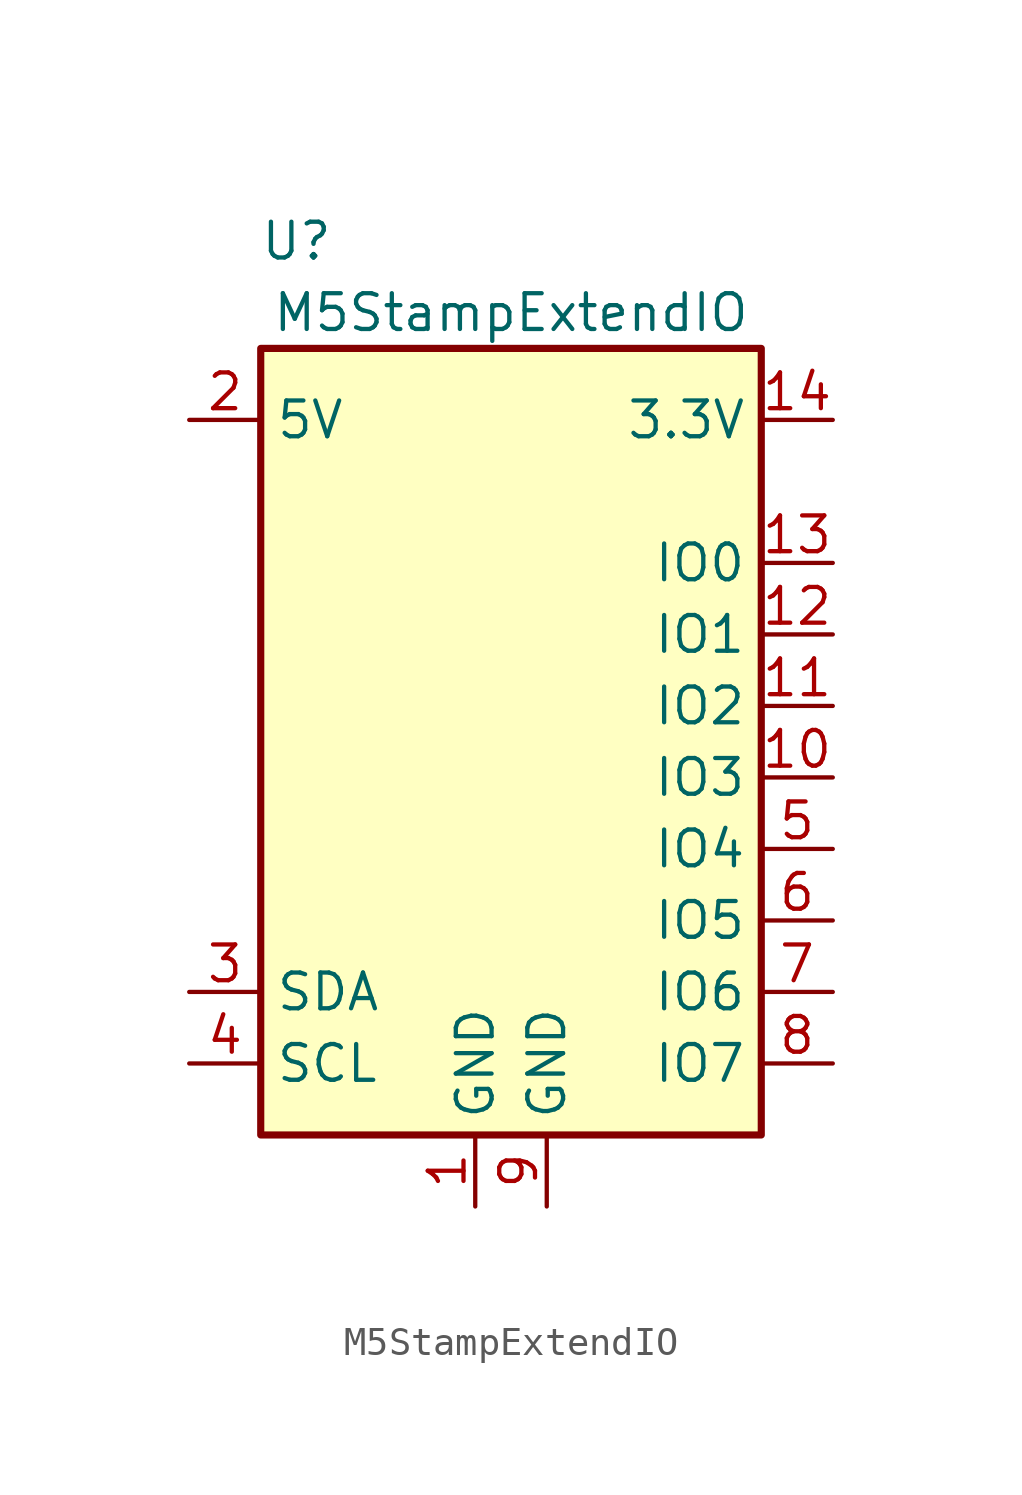
<source format=kicad_sym>
(kicad_symbol_lib
  (version 20211014)
  (generator kicad_symbol_editor)
  (symbol "M5StampExtendIO"
    (property "Reference" "U"
      (at -7.62 17.78 0)
      (effects (font (size 1.27 1.27))))
    (property "Value" "M5StampExtendIO"
      (at 0 15.24 0)
      (effects (font (size 1.27 1.27))))
    (symbol "M5StampExtendIO_0_1"
      (rectangle (start -8.89 13.97) (end 8.89 -13.97) (stroke (width 0.254) (type default) (color 0 0 0 0)) (fill (type background))))
    (symbol "M5StampExtendIO_1_1"
      (pin power_in line (at -1.27 -16.51 90) (length 2.54) (name "GND" (effects (font (size 1.27 1.27)))) (number "1" (effects (font (size 1.27 1.27)))))
      (pin passive line (at 11.43 -1.27 180) (length 2.54) (name "IO3" (effects (font (size 1.27 1.27)))) (number "10" (effects (font (size 1.27 1.27)))))
      (pin passive line (at 11.43 1.27 180) (length 2.54) (name "IO2" (effects (font (size 1.27 1.27)))) (number "11" (effects (font (size 1.27 1.27)))))
      (pin passive line (at 11.43 3.81 180) (length 2.54) (name "IO1" (effects (font (size 1.27 1.27)))) (number "12" (effects (font (size 1.27 1.27)))))
      (pin passive line (at 11.43 6.35 180) (length 2.54) (name "IO0" (effects (font (size 1.27 1.27)))) (number "13" (effects (font (size 1.27 1.27)))))
      (pin power_out line (at 11.43 11.43 180) (length 2.54) (name "3.3V" (effects (font (size 1.27 1.27)))) (number "14" (effects (font (size 1.27 1.27)))))
      (pin power_in line (at -11.43 11.43 0) (length 2.54) (name "5V" (effects (font (size 1.27 1.27)))) (number "2" (effects (font (size 1.27 1.27)))))
      (pin bidirectional line (at -11.43 -8.89 0) (length 2.54) (name "SDA" (effects (font (size 1.27 1.27)))) (number "3" (effects (font (size 1.27 1.27)))))
      (pin input line (at -11.43 -11.43 0) (length 2.54) (name "SCL" (effects (font (size 1.27 1.27)))) (number "4" (effects (font (size 1.27 1.27)))))
      (pin passive line (at 11.43 -3.81 180) (length 2.54) (name "IO4" (effects (font (size 1.27 1.27)))) (number "5" (effects (font (size 1.27 1.27)))))
      (pin passive line (at 11.43 -6.35 180) (length 2.54) (name "IO5" (effects (font (size 1.27 1.27)))) (number "6" (effects (font (size 1.27 1.27)))))
      (pin passive line (at 11.43 -8.89 180) (length 2.54) (name "IO6" (effects (font (size 1.27 1.27)))) (number "7" (effects (font (size 1.27 1.27)))))
      (pin passive line (at 11.43 -11.43 180) (length 2.54) (name "IO7" (effects (font (size 1.27 1.27)))) (number "8" (effects (font (size 1.27 1.27)))))
      (pin power_in line (at 1.27 -16.51 90) (length 2.54) (name "GND" (effects (font (size 1.27 1.27)))) (number "9" (effects (font (size 1.27 1.27))))))))
</source>
